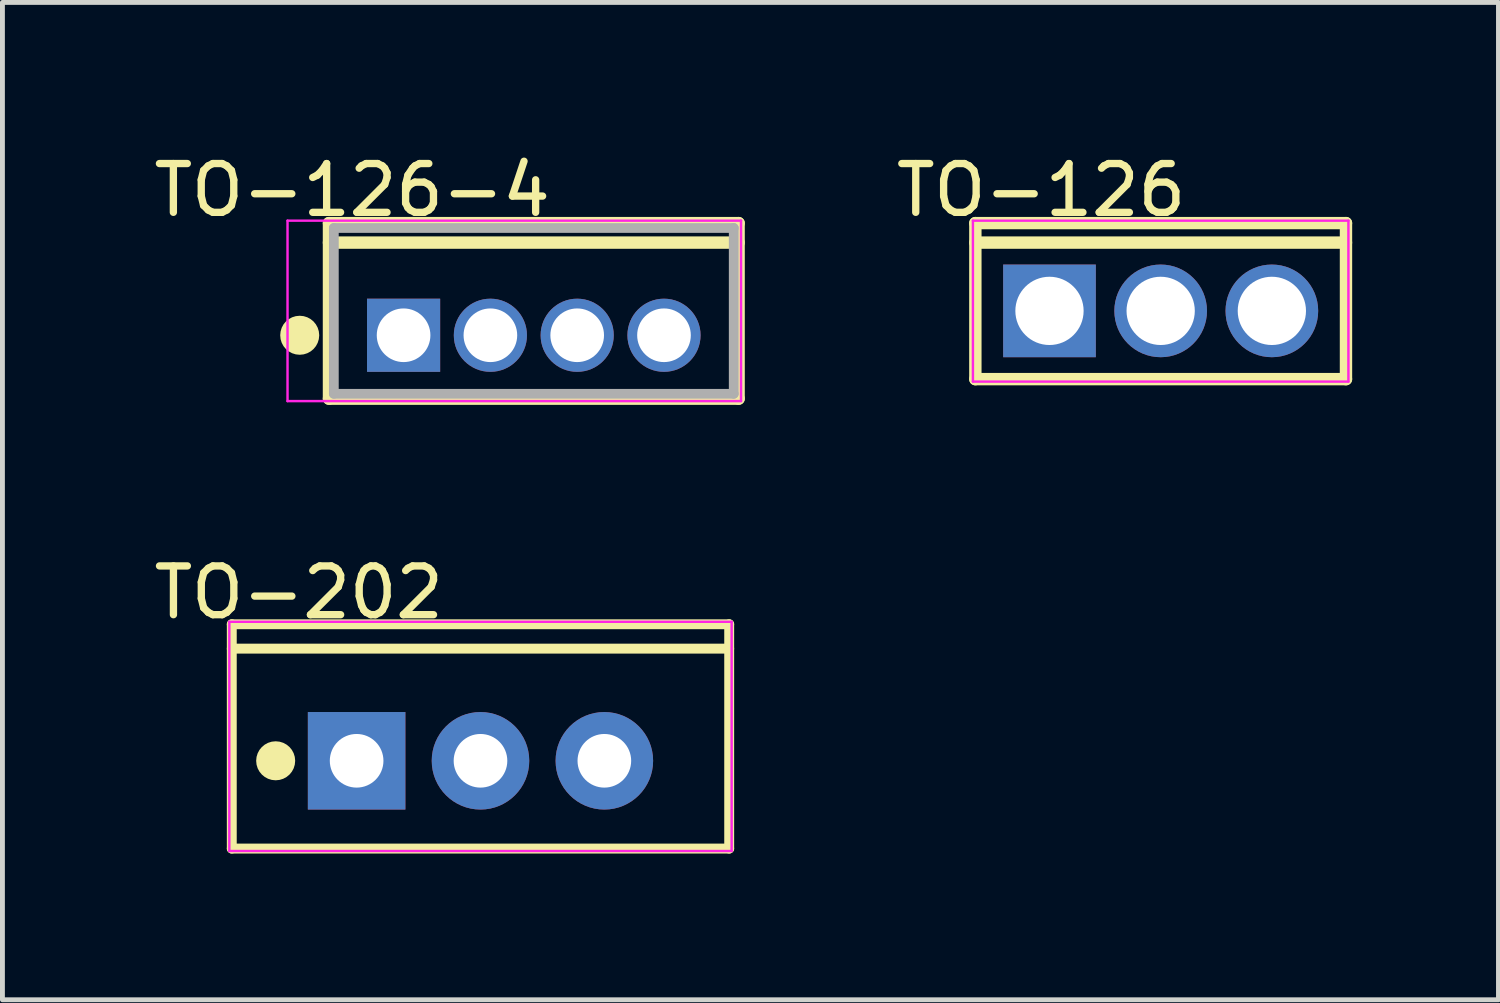
<source format=kicad_pcb>
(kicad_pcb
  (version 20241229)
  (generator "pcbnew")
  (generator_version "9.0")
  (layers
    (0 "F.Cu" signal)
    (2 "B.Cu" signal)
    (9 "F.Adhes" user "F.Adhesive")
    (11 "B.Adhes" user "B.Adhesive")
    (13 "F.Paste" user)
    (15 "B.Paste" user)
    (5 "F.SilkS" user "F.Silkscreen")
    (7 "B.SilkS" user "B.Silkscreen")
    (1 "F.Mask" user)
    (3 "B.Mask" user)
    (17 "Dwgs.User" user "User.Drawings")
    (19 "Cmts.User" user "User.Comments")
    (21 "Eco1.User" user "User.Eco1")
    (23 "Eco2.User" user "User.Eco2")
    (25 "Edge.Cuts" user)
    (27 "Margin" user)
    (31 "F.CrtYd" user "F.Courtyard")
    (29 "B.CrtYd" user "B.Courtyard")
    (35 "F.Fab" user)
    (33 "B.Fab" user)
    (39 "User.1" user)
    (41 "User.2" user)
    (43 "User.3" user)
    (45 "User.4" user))
  (footprint "TO-202"
    (layer "F.Cu")
    (at 6.803 12.551)
    (property "Reference" "TO-202" (at -3.725 -3.451 0) (layer "F.SilkS") (effects (font (size 1 1) (thickness 0.15))))
    (attr through_hole)
    (fp_line (start -5.1 -2.8) (end 5.1 -2.8) (stroke (width 0.203) (type solid)) (layer "F.SilkS"))
    (fp_line (start -5.1 -2.3) (end 5.1 -2.3) (stroke (width 0.203) (type solid)) (layer "F.SilkS"))
    (fp_line (start -5.1 1.8) (end -5.1 -2.8) (stroke (width 0.203) (type solid)) (layer "F.SilkS"))
    (fp_line (start -5.1 1.8) (end 5.1 1.8) (stroke (width 0.203) (type solid)) (layer "F.SilkS"))
    (fp_line (start 5.1 1.8) (end 5.1 -2.8) (stroke (width 0.203) (type solid)) (layer "F.SilkS"))
    (fp_circle (center -4.2 0) (end -4 0) (stroke (width 0.4) (type solid)) (fill no) (layer "F.SilkS"))
    (fp_line (start -5.15 -2.85) (end 5.15 -2.85) (stroke (width 0.05) (type solid)) (layer "F.CrtYd"))
    (fp_line (start -5.15 1.85) (end -5.15 -2.85) (stroke (width 0.05) (type solid)) (layer "F.CrtYd"))
    (fp_line (start 5.15 -2.85) (end 5.15 1.85) (stroke (width 0.05) (type solid)) (layer "F.CrtYd"))
    (fp_line (start 5.15 1.85) (end -5.15 1.85) (stroke (width 0.05) (type solid)) (layer "F.CrtYd"))
    (pad "1" thru_hole rect (at -2.54 0) (size 2 2) (drill 1.1) (layers "*.Cu" "*.Mask"))
    (pad "2" thru_hole oval (at 0 0) (size 2 2) (drill 1.1) (layers "*.Cu" "*.Mask"))
    (pad "3" thru_hole oval (at 2.54 0) (size 2 2) (drill 1.1) (layers "*.Cu" "*.Mask")))
  (footprint "TO-126"
    (layer "F.Cu")
    (at 20.751 3.325)
    (property "Reference" "TO-126" (at -2.451 -2.476 0) (layer "F.SilkS") (effects (font (size 1 1) (thickness 0.15))))
    (attr through_hole)
    (fp_line (start -3.8 -1.8) (end 3.8 -1.8) (stroke (width 0.254) (type solid)) (layer "F.SilkS"))
    (fp_line (start -3.8 -1.4) (end 3.8 -1.4) (stroke (width 0.254) (type solid)) (layer "F.SilkS"))
    (fp_line (start -3.8 1.4) (end -3.8 -1.8) (stroke (width 0.254) (type solid)) (layer "F.SilkS"))
    (fp_line (start -3.8 1.4) (end 3.8 1.4) (stroke (width 0.254) (type solid)) (layer "F.SilkS"))
    (fp_line (start 3.8 1.4) (end 3.8 -1.8) (stroke (width 0.254) (type solid)) (layer "F.SilkS"))
    (fp_line (start -3.85 -1.85) (end 3.85 -1.85) (stroke (width 0.05) (type solid)) (layer "F.CrtYd"))
    (fp_line (start -3.85 1.45) (end -3.85 -1.85) (stroke (width 0.05) (type solid)) (layer "F.CrtYd"))
    (fp_line (start 3.85 -1.85) (end 3.85 1.45) (stroke (width 0.05) (type solid)) (layer "F.CrtYd"))
    (fp_line (start 3.85 1.45) (end -3.85 1.45) (stroke (width 0.05) (type solid)) (layer "F.CrtYd"))
    (pad "1" thru_hole rect (at -2.28 0) (size 1.9 1.9) (drill 1.4) (layers "*.Cu" "*.Mask"))
    (pad "2" thru_hole oval (at 0 0) (size 1.9 1.9) (drill 1.4) (layers "*.Cu" "*.Mask"))
    (pad "3" thru_hole oval (at 2.28 0) (size 1.9 1.9) (drill 1.4) (layers "*.Cu" "*.Mask")))
  (footprint "TO-126-4"
    (layer "F.Cu")
    (at 7.896 3.825)
    (property "Reference" "TO-126-4" (at -3.724 -2.976 0) (layer "F.SilkS") (effects (font (size 1 1) (thickness 0.15))))
    (attr through_hole)
    (fp_line (start -4.2 -2.3) (end 4.2 -2.3) (stroke (width 0.254) (type solid)) (layer "F.SilkS"))
    (fp_line (start -4.2 -1.9) (end 4.2 -1.9) (stroke (width 0.254) (type solid)) (layer "F.SilkS"))
    (fp_line (start -4.2 1.3) (end -4.2 -2.3) (stroke (width 0.254) (type solid)) (layer "F.SilkS"))
    (fp_line (start -4.2 1.3) (end 4.2 1.3) (stroke (width 0.254) (type solid)) (layer "F.SilkS"))
    (fp_line (start 4.2 1.3) (end 4.2 -2.3) (stroke (width 0.254) (type solid)) (layer "F.SilkS"))
    (fp_circle (center -4.8 0) (end -4.6 0) (stroke (width 0.4) (type solid)) (fill no) (layer "F.SilkS"))
    (fp_line (start -5.05 -2.35) (end 4.25 -2.35) (stroke (width 0.05) (type solid)) (layer "F.CrtYd"))
    (fp_line (start -5.05 1.35) (end -5.05 -2.35) (stroke (width 0.05) (type solid)) (layer "F.CrtYd"))
    (fp_line (start 4.25 -2.35) (end 4.25 1.35) (stroke (width 0.05) (type solid)) (layer "F.CrtYd"))
    (fp_line (start 4.25 1.35) (end -5.05 1.35) (stroke (width 0.05) (type solid)) (layer "F.CrtYd"))
    (fp_line (start -4.1 -2.2) (end 4.1 -2.2) (stroke (width 0.2) (type solid)) (layer "F.Fab"))
    (fp_line (start -4.1 1.2) (end -4.1 -2.2) (stroke (width 0.2) (type solid)) (layer "F.Fab"))
    (fp_line (start -4.1 1.2) (end 4.1 1.2) (stroke (width 0.2) (type solid)) (layer "F.Fab"))
    (fp_line (start 4.1 1.2) (end 4.1 -2.2) (stroke (width 0.2) (type solid)) (layer "F.Fab"))
    (pad "1" thru_hole rect (at -2.67 0 270) (size 1.5 1.5) (drill 1.1) (layers "*.Cu" "*.Mask"))
    (pad "2" thru_hole oval (at -0.89 0 270) (size 1.5 1.5) (drill 1.1) (layers "*.Cu" "*.Mask"))
    (pad "3" thru_hole oval (at 0.89 0 270) (size 1.5 1.5) (drill 1.1) (layers "*.Cu" "*.Mask"))
    (pad "4" thru_hole oval (at 2.67 0 270) (size 1.5 1.5) (drill 1.1) (layers "*.Cu" "*.Mask")))
  (gr_rect
    (start -3 -3)
    (end 27.678 17.452)
    (stroke (width 0.1) (type default))
    (fill no)
    (layer "Edge.Cuts")))
</source>
